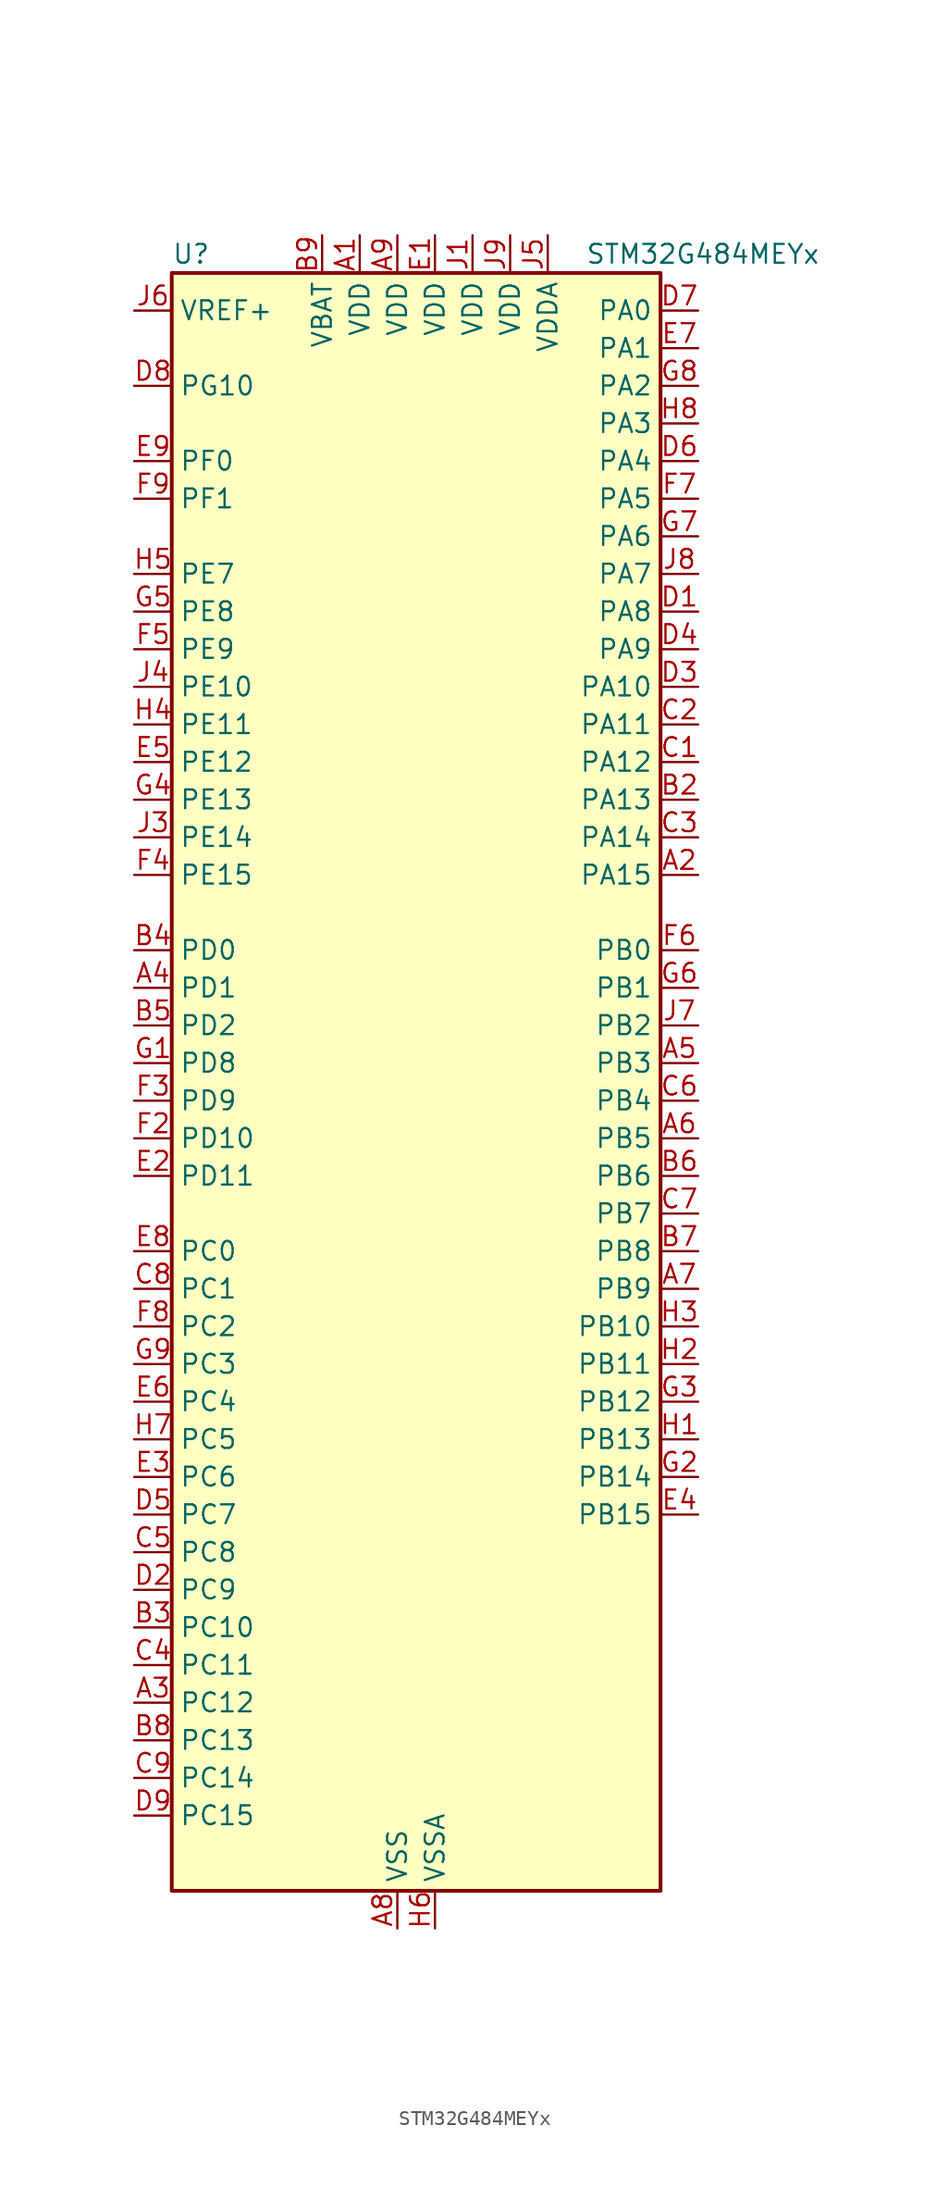
<source format=kicad_sym>
(kicad_symbol_lib
  (version 20231120)
  (generator "kicad_symbol_editor")
  (generator_version "8.0")
  (symbol "STM32G484MEYx"
    (property "Reference" "U"
      (at -15.24 57.15 0)
      (effects (font (size 1.27 1.27)) (justify left)))
    (property "Value" "STM32G484MEYx"
      (at 12.7 57.15 0)
      (effects (font (size 1.27 1.27)) (justify left)))
    (property "ki_locked" ""
      (at 0 0 0)
      (effects (font (size 1.27 1.27))))
    (symbol "STM32G484MEYx_0_1"
      (rectangle (start -15.24 -53.34) (end 17.78 55.88) (stroke (width 0.254) (type default)) (fill (type background))))
    (symbol "STM32G484MEYx_1_1"
      (pin power_in line (at -2.54 58.42 270) (length 2.54) (name "VDD" (effects (font (size 1.27 1.27)))) (number "A1" (effects (font (size 1.27 1.27)))))
      (pin bidirectional line (at 20.32 15.24 180) (length 2.54) (name "PA15" (effects (font (size 1.27 1.27)))) (number "A2" (effects (font (size 1.27 1.27)))) (alternate "ADC1_EXTI15" bidirectional line) (alternate "ADC2_EXTI15" bidirectional line) (alternate "FDCAN3_TX" bidirectional line) (alternate "HRTIM1_FLT2" bidirectional line) (alternate "I2C1_SCL" bidirectional line) (alternate "I2S3_WS" bidirectional line) (alternate "SPI1_NSS" bidirectional line) (alternate "SPI3_NSS" bidirectional line) (alternate "SYS_JTDI" bidirectional line) (alternate "TIM1_BKIN" bidirectional line) (alternate "TIM2_CH1" bidirectional line) (alternate "TIM2_ETR" bidirectional line) (alternate "TIM8_CH1" bidirectional line) (alternate "UART4_DE" bidirectional line) (alternate "UART4_RTS" bidirectional line) (alternate "USART2_RX" bidirectional line))
      (pin bidirectional line (at -17.78 -40.64 0) (length 2.54) (name "PC12" (effects (font (size 1.27 1.27)))) (number "A3" (effects (font (size 1.27 1.27)))) (alternate "HRTIM1_EEV1" bidirectional line) (alternate "I2S3_SD" bidirectional line) (alternate "SPI3_MOSI" bidirectional line) (alternate "TIM5_CH2" bidirectional line) (alternate "TIM8_CH3N" bidirectional line) (alternate "UART5_TX" bidirectional line) (alternate "UCPD1_FRSTX1" bidirectional line) (alternate "UCPD1_FRSTX2" bidirectional line) (alternate "USART3_CK" bidirectional line))
      (pin bidirectional line (at -17.78 7.62 0) (length 2.54) (name "PD1" (effects (font (size 1.27 1.27)))) (number "A4" (effects (font (size 1.27 1.27)))) (alternate "FDCAN1_TX" bidirectional line) (alternate "TIM8_BKIN2" bidirectional line) (alternate "TIM8_CH4" bidirectional line))
      (pin bidirectional line (at 20.32 2.54 180) (length 2.54) (name "PB3" (effects (font (size 1.27 1.27)))) (number "A5" (effects (font (size 1.27 1.27)))) (alternate "ADC3_EXTI3" bidirectional line) (alternate "ADC4_EXTI3" bidirectional line) (alternate "ADC5_EXTI3" bidirectional line) (alternate "CRS_SYNC" bidirectional line) (alternate "FDCAN3_RX" bidirectional line) (alternate "HRTIM1_EEV9" bidirectional line) (alternate "HRTIM1_SCOUT" bidirectional line) (alternate "I2S3_CK" bidirectional line) (alternate "SAI1_SCK_B" bidirectional line) (alternate "SPI1_SCK" bidirectional line) (alternate "SPI3_SCK" bidirectional line) (alternate "SYS_JTDO-SWO" bidirectional line) (alternate "TIM2_CH2" bidirectional line) (alternate "TIM3_ETR" bidirectional line) (alternate "TIM4_ETR" bidirectional line) (alternate "TIM8_CH1N" bidirectional line) (alternate "USART2_TX" bidirectional line))
      (pin bidirectional line (at 20.32 -2.54 180) (length 2.54) (name "PB5" (effects (font (size 1.27 1.27)))) (number "A6" (effects (font (size 1.27 1.27)))) (alternate "FDCAN2_RX" bidirectional line) (alternate "HRTIM1_EEV6" bidirectional line) (alternate "I2C1_SMBA" bidirectional line) (alternate "I2C3_SDA" bidirectional line) (alternate "I2S3_SD" bidirectional line) (alternate "LPTIM1_IN1" bidirectional line) (alternate "SAI1_SD_B" bidirectional line) (alternate "SPI1_MOSI" bidirectional line) (alternate "SPI3_MOSI" bidirectional line) (alternate "TIM16_BKIN" bidirectional line) (alternate "TIM17_CH1" bidirectional line) (alternate "TIM3_CH2" bidirectional line) (alternate "TIM8_CH3N" bidirectional line) (alternate "UART5_CTS" bidirectional line) (alternate "USART2_CK" bidirectional line))
      (pin bidirectional line (at 20.32 -12.7 180) (length 2.54) (name "PB9" (effects (font (size 1.27 1.27)))) (number "A7" (effects (font (size 1.27 1.27)))) (alternate "COMP2_OUT" bidirectional line) (alternate "DAC1_EXTI9" bidirectional line) (alternate "DAC2_EXTI9" bidirectional line) (alternate "DAC3_EXTI9" bidirectional line) (alternate "DAC4_EXTI9" bidirectional line) (alternate "FDCAN1_TX" bidirectional line) (alternate "HRTIM1_EEV5" bidirectional line) (alternate "I2C1_SDA" bidirectional line) (alternate "IR_OUT" bidirectional line) (alternate "SAI1_D2" bidirectional line) (alternate "SAI1_FS_A" bidirectional line) (alternate "TIM17_CH1" bidirectional line) (alternate "TIM1_CH3N" bidirectional line) (alternate "TIM4_CH4" bidirectional line) (alternate "TIM8_CH3" bidirectional line) (alternate "USART3_TX" bidirectional line))
      (pin power_in line (at 0 -55.88 90) (length 2.54) (name "VSS" (effects (font (size 1.27 1.27)))) (number "A8" (effects (font (size 1.27 1.27)))))
      (pin power_in line (at 0 58.42 270) (length 2.54) (name "VDD" (effects (font (size 1.27 1.27)))) (number "A9" (effects (font (size 1.27 1.27)))))
      (pin passive line (at 0 -55.88 90) (length 2.54) hide (name "VSS" (effects (font (size 1.27 1.27)))) (number "B1" (effects (font (size 1.27 1.27)))))
      (pin bidirectional line (at 20.32 20.32 180) (length 2.54) (name "PA13" (effects (font (size 1.27 1.27)))) (number "B2" (effects (font (size 1.27 1.27)))) (alternate "I2C1_SCL" bidirectional line) (alternate "I2C4_SCL" bidirectional line) (alternate "IR_OUT" bidirectional line) (alternate "SAI1_SD_B" bidirectional line) (alternate "SYS_JTMS-SWDIO" bidirectional line) (alternate "TIM16_CH1N" bidirectional line) (alternate "TIM4_CH3" bidirectional line) (alternate "USART3_CTS" bidirectional line) (alternate "USART3_NSS" bidirectional line))
      (pin bidirectional line (at -17.78 -35.56 0) (length 2.54) (name "PC10" (effects (font (size 1.27 1.27)))) (number "B3" (effects (font (size 1.27 1.27)))) (alternate "DAC1_EXTI10" bidirectional line) (alternate "DAC2_EXTI10" bidirectional line) (alternate "DAC3_EXTI10" bidirectional line) (alternate "DAC4_EXTI10" bidirectional line) (alternate "HRTIM1_FLT6" bidirectional line) (alternate "I2S3_CK" bidirectional line) (alternate "SPI3_SCK" bidirectional line) (alternate "TIM8_CH1N" bidirectional line) (alternate "UART4_TX" bidirectional line) (alternate "USART3_TX" bidirectional line))
      (pin bidirectional line (at -17.78 10.16 0) (length 2.54) (name "PD0" (effects (font (size 1.27 1.27)))) (number "B4" (effects (font (size 1.27 1.27)))) (alternate "FDCAN1_RX" bidirectional line) (alternate "TIM8_CH4N" bidirectional line))
      (pin bidirectional line (at -17.78 5.08 0) (length 2.54) (name "PD2" (effects (font (size 1.27 1.27)))) (number "B5" (effects (font (size 1.27 1.27)))) (alternate "ADC3_EXTI2" bidirectional line) (alternate "ADC4_EXTI2" bidirectional line) (alternate "ADC5_EXTI2" bidirectional line) (alternate "TIM3_ETR" bidirectional line) (alternate "TIM8_BKIN" bidirectional line) (alternate "UART5_RX" bidirectional line))
      (pin bidirectional line (at 20.32 -5.08 180) (length 2.54) (name "PB6" (effects (font (size 1.27 1.27)))) (number "B6" (effects (font (size 1.27 1.27)))) (alternate "COMP4_OUT" bidirectional line) (alternate "FDCAN2_TX" bidirectional line) (alternate "HRTIM1_EEV4" bidirectional line) (alternate "HRTIM1_SCIN" bidirectional line) (alternate "LPTIM1_ETR" bidirectional line) (alternate "SAI1_FS_B" bidirectional line) (alternate "TIM16_CH1N" bidirectional line) (alternate "TIM4_CH1" bidirectional line) (alternate "TIM8_BKIN2" bidirectional line) (alternate "TIM8_CH1" bidirectional line) (alternate "TIM8_ETR" bidirectional line) (alternate "UCPD1_CC1" bidirectional line) (alternate "USART1_TX" bidirectional line))
      (pin bidirectional line (at 20.32 -10.16 180) (length 2.54) (name "PB8" (effects (font (size 1.27 1.27)))) (number "B7" (effects (font (size 1.27 1.27)))) (alternate "COMP1_OUT" bidirectional line) (alternate "FDCAN1_RX" bidirectional line) (alternate "HRTIM1_EEV8" bidirectional line) (alternate "I2C1_SCL" bidirectional line) (alternate "SAI1_CK1" bidirectional line) (alternate "SAI1_MCLK_A" bidirectional line) (alternate "TIM16_CH1" bidirectional line) (alternate "TIM1_BKIN" bidirectional line) (alternate "TIM4_CH3" bidirectional line) (alternate "TIM8_CH2" bidirectional line) (alternate "USART3_RX" bidirectional line))
      (pin bidirectional line (at -17.78 -43.18 0) (length 2.54) (name "PC13" (effects (font (size 1.27 1.27)))) (number "B8" (effects (font (size 1.27 1.27)))) (alternate "RTC_OUT1" bidirectional line) (alternate "RTC_TAMP1" bidirectional line) (alternate "RTC_TS" bidirectional line) (alternate "SYS_WKUP2" bidirectional line) (alternate "TIM1_BKIN" bidirectional line) (alternate "TIM1_CH1N" bidirectional line) (alternate "TIM8_CH4N" bidirectional line))
      (pin power_in line (at -5.08 58.42 270) (length 2.54) (name "VBAT" (effects (font (size 1.27 1.27)))) (number "B9" (effects (font (size 1.27 1.27)))))
      (pin bidirectional line (at 20.32 22.86 180) (length 2.54) (name "PA12" (effects (font (size 1.27 1.27)))) (number "C1" (effects (font (size 1.27 1.27)))) (alternate "COMP2_OUT" bidirectional line) (alternate "FDCAN1_TX" bidirectional line) (alternate "HRTIM1_FLT1" bidirectional line) (alternate "I2S_CKIN" bidirectional line) (alternate "TIM16_CH1" bidirectional line) (alternate "TIM1_CH2N" bidirectional line) (alternate "TIM1_ETR" bidirectional line) (alternate "TIM4_CH2" bidirectional line) (alternate "USART1_DE" bidirectional line) (alternate "USART1_RTS" bidirectional line) (alternate "USB_DP" bidirectional line))
      (pin bidirectional line (at 20.32 25.4 180) (length 2.54) (name "PA11" (effects (font (size 1.27 1.27)))) (number "C2" (effects (font (size 1.27 1.27)))) (alternate "ADC1_EXTI11" bidirectional line) (alternate "ADC2_EXTI11" bidirectional line) (alternate "COMP1_OUT" bidirectional line) (alternate "FDCAN1_RX" bidirectional line) (alternate "HRTIM1_CHB2" bidirectional line) (alternate "I2S2_SD" bidirectional line) (alternate "SPI2_MOSI" bidirectional line) (alternate "TIM1_BKIN2" bidirectional line) (alternate "TIM1_CH1N" bidirectional line) (alternate "TIM1_CH4" bidirectional line) (alternate "TIM4_CH1" bidirectional line) (alternate "USART1_CTS" bidirectional line) (alternate "USART1_NSS" bidirectional line) (alternate "USB_DM" bidirectional line))
      (pin bidirectional line (at 20.32 17.78 180) (length 2.54) (name "PA14" (effects (font (size 1.27 1.27)))) (number "C3" (effects (font (size 1.27 1.27)))) (alternate "I2C1_SDA" bidirectional line) (alternate "I2C4_SMBA" bidirectional line) (alternate "LPTIM1_OUT" bidirectional line) (alternate "SAI1_FS_B" bidirectional line) (alternate "SYS_JTCK-SWCLK" bidirectional line) (alternate "TIM1_BKIN" bidirectional line) (alternate "TIM8_CH2" bidirectional line) (alternate "USART2_TX" bidirectional line))
      (pin bidirectional line (at -17.78 -38.1 0) (length 2.54) (name "PC11" (effects (font (size 1.27 1.27)))) (number "C4" (effects (font (size 1.27 1.27)))) (alternate "ADC1_EXTI11" bidirectional line) (alternate "ADC2_EXTI11" bidirectional line) (alternate "HRTIM1_EEV2" bidirectional line) (alternate "I2C3_SDA" bidirectional line) (alternate "SPI3_MISO" bidirectional line) (alternate "TIM8_CH2N" bidirectional line) (alternate "UART4_RX" bidirectional line) (alternate "USART3_RX" bidirectional line))
      (pin bidirectional line (at -17.78 -30.48 0) (length 2.54) (name "PC8" (effects (font (size 1.27 1.27)))) (number "C5" (effects (font (size 1.27 1.27)))) (alternate "COMP7_OUT" bidirectional line) (alternate "HRTIM1_CHE1" bidirectional line) (alternate "I2C3_SCL" bidirectional line) (alternate "TIM20_CH3" bidirectional line) (alternate "TIM3_CH3" bidirectional line) (alternate "TIM8_CH3" bidirectional line))
      (pin bidirectional line (at 20.32 0 180) (length 2.54) (name "PB4" (effects (font (size 1.27 1.27)))) (number "C6" (effects (font (size 1.27 1.27)))) (alternate "FDCAN3_TX" bidirectional line) (alternate "HRTIM1_EEV7" bidirectional line) (alternate "SAI1_MCLK_B" bidirectional line) (alternate "SPI1_MISO" bidirectional line) (alternate "SPI3_MISO" bidirectional line) (alternate "SYS_JTRST" bidirectional line) (alternate "TIM16_CH1" bidirectional line) (alternate "TIM17_BKIN" bidirectional line) (alternate "TIM3_CH1" bidirectional line) (alternate "TIM8_CH2N" bidirectional line) (alternate "UART5_DE" bidirectional line) (alternate "UART5_RTS" bidirectional line) (alternate "UCPD1_CC2" bidirectional line) (alternate "USART2_RX" bidirectional line))
      (pin bidirectional line (at 20.32 -7.62 180) (length 2.54) (name "PB7" (effects (font (size 1.27 1.27)))) (number "C7" (effects (font (size 1.27 1.27)))) (alternate "COMP3_OUT" bidirectional line) (alternate "HRTIM1_EEV3" bidirectional line) (alternate "I2C1_SDA" bidirectional line) (alternate "I2C4_SDA" bidirectional line) (alternate "LPTIM1_IN2" bidirectional line) (alternate "SYS_PVD_IN" bidirectional line) (alternate "TIM17_CH1N" bidirectional line) (alternate "TIM3_CH4" bidirectional line) (alternate "TIM4_CH2" bidirectional line) (alternate "TIM8_BKIN" bidirectional line) (alternate "UART4_CTS" bidirectional line) (alternate "USART1_RX" bidirectional line))
      (pin bidirectional line (at -17.78 -12.7 0) (length 2.54) (name "PC1" (effects (font (size 1.27 1.27)))) (number "C8" (effects (font (size 1.27 1.27)))) (alternate "ADC1_IN7" bidirectional line) (alternate "ADC2_IN7" bidirectional line) (alternate "COMP3_INP" bidirectional line) (alternate "LPTIM1_OUT" bidirectional line) (alternate "LPUART1_TX" bidirectional line) (alternate "QUADSPI1_BK2_IO0" bidirectional line) (alternate "SAI1_SD_A" bidirectional line) (alternate "TIM1_CH2" bidirectional line))
      (pin bidirectional line (at -17.78 -45.72 0) (length 2.54) (name "PC14" (effects (font (size 1.27 1.27)))) (number "C9" (effects (font (size 1.27 1.27)))) (alternate "RCC_OSC32_IN" bidirectional line))
      (pin bidirectional line (at 20.32 33.02 180) (length 2.54) (name "PA8" (effects (font (size 1.27 1.27)))) (number "D1" (effects (font (size 1.27 1.27)))) (alternate "ADC5_IN1" bidirectional line) (alternate "COMP7_OUT" bidirectional line) (alternate "FDCAN3_RX" bidirectional line) (alternate "HRTIM1_CHA1" bidirectional line) (alternate "I2C2_SDA" bidirectional line) (alternate "I2C3_SCL" bidirectional line) (alternate "I2S2_MCK" bidirectional line) (alternate "OPAMP5_VOUT" bidirectional line) (alternate "RCC_MCO" bidirectional line) (alternate "SAI1_CK2" bidirectional line) (alternate "SAI1_SCK_A" bidirectional line) (alternate "TIM1_CH1" bidirectional line) (alternate "TIM4_ETR" bidirectional line) (alternate "USART1_CK" bidirectional line))
      (pin bidirectional line (at -17.78 -33.02 0) (length 2.54) (name "PC9" (effects (font (size 1.27 1.27)))) (number "D2" (effects (font (size 1.27 1.27)))) (alternate "DAC1_EXTI9" bidirectional line) (alternate "DAC2_EXTI9" bidirectional line) (alternate "DAC3_EXTI9" bidirectional line) (alternate "DAC4_EXTI9" bidirectional line) (alternate "HRTIM1_CHE2" bidirectional line) (alternate "I2C3_SDA" bidirectional line) (alternate "I2S_CKIN" bidirectional line) (alternate "TIM3_CH4" bidirectional line) (alternate "TIM8_BKIN2" bidirectional line) (alternate "TIM8_CH4" bidirectional line))
      (pin bidirectional line (at 20.32 27.94 180) (length 2.54) (name "PA10" (effects (font (size 1.27 1.27)))) (number "D3" (effects (font (size 1.27 1.27)))) (alternate "COMP6_OUT" bidirectional line) (alternate "CRS_SYNC" bidirectional line) (alternate "DAC1_EXTI10" bidirectional line) (alternate "DAC2_EXTI10" bidirectional line) (alternate "DAC3_EXTI10" bidirectional line) (alternate "DAC4_EXTI10" bidirectional line) (alternate "HRTIM1_CHB1" bidirectional line) (alternate "I2C2_SMBA" bidirectional line) (alternate "SAI1_D1" bidirectional line) (alternate "SAI1_SD_A" bidirectional line) (alternate "SPI2_MISO" bidirectional line) (alternate "TIM17_BKIN" bidirectional line) (alternate "TIM1_CH3" bidirectional line) (alternate "TIM2_CH4" bidirectional line) (alternate "TIM8_BKIN" bidirectional line) (alternate "UCPD1_DBCC2" bidirectional line) (alternate "USART1_RX" bidirectional line))
      (pin bidirectional line (at 20.32 30.48 180) (length 2.54) (name "PA9" (effects (font (size 1.27 1.27)))) (number "D4" (effects (font (size 1.27 1.27)))) (alternate "ADC5_IN2" bidirectional line) (alternate "COMP5_OUT" bidirectional line) (alternate "DAC1_EXTI9" bidirectional line) (alternate "DAC2_EXTI9" bidirectional line) (alternate "DAC3_EXTI9" bidirectional line) (alternate "DAC4_EXTI9" bidirectional line) (alternate "HRTIM1_CHA2" bidirectional line) (alternate "I2C2_SCL" bidirectional line) (alternate "I2C3_SMBA" bidirectional line) (alternate "I2S3_MCK" bidirectional line) (alternate "SAI1_FS_A" bidirectional line) (alternate "TIM15_BKIN" bidirectional line) (alternate "TIM1_CH2" bidirectional line) (alternate "TIM2_CH3" bidirectional line) (alternate "UCPD1_DBCC1" bidirectional line) (alternate "USART1_TX" bidirectional line))
      (pin bidirectional line (at -17.78 -27.94 0) (length 2.54) (name "PC7" (effects (font (size 1.27 1.27)))) (number "D5" (effects (font (size 1.27 1.27)))) (alternate "COMP5_OUT" bidirectional line) (alternate "HRTIM1_CHF2" bidirectional line) (alternate "HRTIM1_FLT5" bidirectional line) (alternate "I2C4_SDA" bidirectional line) (alternate "I2S3_MCK" bidirectional line) (alternate "TIM3_CH2" bidirectional line) (alternate "TIM8_CH2" bidirectional line))
      (pin bidirectional line (at 20.32 43.18 180) (length 2.54) (name "PA4" (effects (font (size 1.27 1.27)))) (number "D6" (effects (font (size 1.27 1.27)))) (alternate "ADC2_IN17" bidirectional line) (alternate "COMP1_INM" bidirectional line) (alternate "DAC1_OUT1" bidirectional line) (alternate "I2S3_WS" bidirectional line) (alternate "SAI1_FS_B" bidirectional line) (alternate "SPI1_NSS" bidirectional line) (alternate "SPI3_NSS" bidirectional line) (alternate "TIM3_CH2" bidirectional line) (alternate "USART2_CK" bidirectional line))
      (pin bidirectional line (at 20.32 53.34 180) (length 2.54) (name "PA0" (effects (font (size 1.27 1.27)))) (number "D7" (effects (font (size 1.27 1.27)))) (alternate "ADC1_IN1" bidirectional line) (alternate "ADC2_IN1" bidirectional line) (alternate "COMP1_INM" bidirectional line) (alternate "COMP1_OUT" bidirectional line) (alternate "COMP3_INP" bidirectional line) (alternate "RTC_TAMP2" bidirectional line) (alternate "SYS_WKUP1" bidirectional line) (alternate "TIM2_CH1" bidirectional line) (alternate "TIM2_ETR" bidirectional line) (alternate "TIM5_CH1" bidirectional line) (alternate "TIM8_BKIN" bidirectional line) (alternate "TIM8_ETR" bidirectional line) (alternate "USART2_CTS" bidirectional line) (alternate "USART2_NSS" bidirectional line))
      (pin bidirectional line (at -17.78 48.26 0) (length 2.54) (name "PG10" (effects (font (size 1.27 1.27)))) (number "D8" (effects (font (size 1.27 1.27)))) (alternate "DAC1_EXTI10" bidirectional line) (alternate "DAC2_EXTI10" bidirectional line) (alternate "DAC3_EXTI10" bidirectional line) (alternate "DAC4_EXTI10" bidirectional line) (alternate "RCC_MCO" bidirectional line))
      (pin bidirectional line (at -17.78 -48.26 0) (length 2.54) (name "PC15" (effects (font (size 1.27 1.27)))) (number "D9" (effects (font (size 1.27 1.27)))) (alternate "ADC1_EXTI15" bidirectional line) (alternate "ADC2_EXTI15" bidirectional line) (alternate "RCC_OSC32_OUT" bidirectional line))
      (pin power_in line (at 2.54 58.42 270) (length 2.54) (name "VDD" (effects (font (size 1.27 1.27)))) (number "E1" (effects (font (size 1.27 1.27)))))
      (pin bidirectional line (at -17.78 -5.08 0) (length 2.54) (name "PD11" (effects (font (size 1.27 1.27)))) (number "E2" (effects (font (size 1.27 1.27)))) (alternate "ADC1_EXTI11" bidirectional line) (alternate "ADC2_EXTI11" bidirectional line) (alternate "ADC3_IN8" bidirectional line) (alternate "ADC4_IN8" bidirectional line) (alternate "ADC5_IN8" bidirectional line) (alternate "COMP6_INP" bidirectional line) (alternate "I2C4_SMBA" bidirectional line) (alternate "OPAMP4_VINP" bidirectional line) (alternate "OPAMP4_VINP_SEC" bidirectional line) (alternate "TIM5_ETR" bidirectional line) (alternate "USART3_CTS" bidirectional line) (alternate "USART3_NSS" bidirectional line))
      (pin bidirectional line (at -17.78 -25.4 0) (length 2.54) (name "PC6" (effects (font (size 1.27 1.27)))) (number "E3" (effects (font (size 1.27 1.27)))) (alternate "COMP6_OUT" bidirectional line) (alternate "HRTIM1_CHF1" bidirectional line) (alternate "HRTIM1_EEV10" bidirectional line) (alternate "I2C4_SCL" bidirectional line) (alternate "I2S2_MCK" bidirectional line) (alternate "TIM3_CH1" bidirectional line) (alternate "TIM8_CH1" bidirectional line))
      (pin bidirectional line (at 20.32 -27.94 180) (length 2.54) (name "PB15" (effects (font (size 1.27 1.27)))) (number "E4" (effects (font (size 1.27 1.27)))) (alternate "ADC1_EXTI15" bidirectional line) (alternate "ADC2_EXTI15" bidirectional line) (alternate "ADC2_IN15" bidirectional line) (alternate "ADC4_IN5" bidirectional line) (alternate "COMP3_OUT" bidirectional line) (alternate "COMP6_INM" bidirectional line) (alternate "HRTIM1_CHD2" bidirectional line) (alternate "I2S2_SD" bidirectional line) (alternate "OPAMP5_VINM" bidirectional line) (alternate "OPAMP5_VINM0" bidirectional line) (alternate "OPAMP5_VINM_SEC" bidirectional line) (alternate "RTC_REFIN" bidirectional line) (alternate "SPI2_MOSI" bidirectional line) (alternate "TIM15_CH1N" bidirectional line) (alternate "TIM15_CH2" bidirectional line) (alternate "TIM1_CH3N" bidirectional line))
      (pin bidirectional line (at -17.78 22.86 0) (length 2.54) (name "PE12" (effects (font (size 1.27 1.27)))) (number "E5" (effects (font (size 1.27 1.27)))) (alternate "ADC3_IN16" bidirectional line) (alternate "ADC4_IN16" bidirectional line) (alternate "ADC5_IN16" bidirectional line) (alternate "QUADSPI1_BK1_IO0" bidirectional line) (alternate "SPI4_SCK" bidirectional line) (alternate "TIM1_CH3N" bidirectional line))
      (pin bidirectional line (at -17.78 -20.32 0) (length 2.54) (name "PC4" (effects (font (size 1.27 1.27)))) (number "E6" (effects (font (size 1.27 1.27)))) (alternate "ADC2_IN5" bidirectional line) (alternate "I2C2_SCL" bidirectional line) (alternate "QUADSPI1_BK2_IO3" bidirectional line) (alternate "TIM1_ETR" bidirectional line) (alternate "USART1_TX" bidirectional line))
      (pin bidirectional line (at 20.32 50.8 180) (length 2.54) (name "PA1" (effects (font (size 1.27 1.27)))) (number "E7" (effects (font (size 1.27 1.27)))) (alternate "ADC1_IN2" bidirectional line) (alternate "ADC2_IN2" bidirectional line) (alternate "COMP1_INP" bidirectional line) (alternate "OPAMP1_VINP" bidirectional line) (alternate "OPAMP1_VINP_SEC" bidirectional line) (alternate "OPAMP3_VINP" bidirectional line) (alternate "OPAMP3_VINP_SEC" bidirectional line) (alternate "OPAMP6_VINM" bidirectional line) (alternate "OPAMP6_VINM0" bidirectional line) (alternate "OPAMP6_VINM_SEC" bidirectional line) (alternate "RTC_REFIN" bidirectional line) (alternate "TIM15_CH1N" bidirectional line) (alternate "TIM2_CH2" bidirectional line) (alternate "TIM5_CH2" bidirectional line) (alternate "USART2_DE" bidirectional line) (alternate "USART2_RTS" bidirectional line))
      (pin bidirectional line (at -17.78 -10.16 0) (length 2.54) (name "PC0" (effects (font (size 1.27 1.27)))) (number "E8" (effects (font (size 1.27 1.27)))) (alternate "ADC1_IN6" bidirectional line) (alternate "ADC2_IN6" bidirectional line) (alternate "COMP3_INM" bidirectional line) (alternate "LPTIM1_IN1" bidirectional line) (alternate "LPUART1_RX" bidirectional line) (alternate "TIM1_CH1" bidirectional line))
      (pin bidirectional line (at -17.78 43.18 0) (length 2.54) (name "PF0" (effects (font (size 1.27 1.27)))) (number "E9" (effects (font (size 1.27 1.27)))) (alternate "ADC1_IN10" bidirectional line) (alternate "I2C2_SDA" bidirectional line) (alternate "I2S2_WS" bidirectional line) (alternate "RCC_OSC_IN" bidirectional line) (alternate "SPI2_NSS" bidirectional line) (alternate "TIM1_CH3N" bidirectional line))
      (pin passive line (at 0 -55.88 90) (length 2.54) hide (name "VSS" (effects (font (size 1.27 1.27)))) (number "F1" (effects (font (size 1.27 1.27)))))
      (pin bidirectional line (at -17.78 -2.54 0) (length 2.54) (name "PD10" (effects (font (size 1.27 1.27)))) (number "F2" (effects (font (size 1.27 1.27)))) (alternate "ADC3_IN7" bidirectional line) (alternate "ADC4_IN7" bidirectional line) (alternate "ADC5_IN7" bidirectional line) (alternate "COMP6_INM" bidirectional line) (alternate "DAC1_EXTI10" bidirectional line) (alternate "DAC2_EXTI10" bidirectional line) (alternate "DAC3_EXTI10" bidirectional line) (alternate "DAC4_EXTI10" bidirectional line) (alternate "USART3_CK" bidirectional line))
      (pin bidirectional line (at -17.78 0 0) (length 2.54) (name "PD9" (effects (font (size 1.27 1.27)))) (number "F3" (effects (font (size 1.27 1.27)))) (alternate "ADC4_IN13" bidirectional line) (alternate "ADC5_IN13" bidirectional line) (alternate "DAC1_EXTI9" bidirectional line) (alternate "DAC2_EXTI9" bidirectional line) (alternate "DAC3_EXTI9" bidirectional line) (alternate "DAC4_EXTI9" bidirectional line) (alternate "OPAMP6_VINP" bidirectional line) (alternate "OPAMP6_VINP_SEC" bidirectional line) (alternate "USART3_RX" bidirectional line))
      (pin bidirectional line (at -17.78 15.24 0) (length 2.54) (name "PE15" (effects (font (size 1.27 1.27)))) (number "F4" (effects (font (size 1.27 1.27)))) (alternate "ADC1_EXTI15" bidirectional line) (alternate "ADC2_EXTI15" bidirectional line) (alternate "ADC4_IN2" bidirectional line) (alternate "QUADSPI1_BK1_IO3" bidirectional line) (alternate "TIM1_BKIN" bidirectional line) (alternate "TIM1_CH4N" bidirectional line) (alternate "USART3_RX" bidirectional line))
      (pin bidirectional line (at -17.78 30.48 0) (length 2.54) (name "PE9" (effects (font (size 1.27 1.27)))) (number "F5" (effects (font (size 1.27 1.27)))) (alternate "ADC3_IN2" bidirectional line) (alternate "DAC1_EXTI9" bidirectional line) (alternate "DAC2_EXTI9" bidirectional line) (alternate "DAC3_EXTI9" bidirectional line) (alternate "DAC4_EXTI9" bidirectional line) (alternate "SAI1_FS_B" bidirectional line) (alternate "TIM1_CH1" bidirectional line) (alternate "TIM5_CH4" bidirectional line))
      (pin bidirectional line (at 20.32 10.16 180) (length 2.54) (name "PB0" (effects (font (size 1.27 1.27)))) (number "F6" (effects (font (size 1.27 1.27)))) (alternate "ADC1_IN15" bidirectional line) (alternate "ADC3_IN12" bidirectional line) (alternate "COMP4_INP" bidirectional line) (alternate "HRTIM1_FLT5" bidirectional line) (alternate "OPAMP2_VINP" bidirectional line) (alternate "OPAMP2_VINP_SEC" bidirectional line) (alternate "OPAMP3_VINP" bidirectional line) (alternate "OPAMP3_VINP_SEC" bidirectional line) (alternate "QUADSPI1_BK1_IO1" bidirectional line) (alternate "TIM1_CH2N" bidirectional line) (alternate "TIM3_CH3" bidirectional line) (alternate "TIM8_CH2N" bidirectional line) (alternate "UCPD1_FRSTX1" bidirectional line) (alternate "UCPD1_FRSTX2" bidirectional line))
      (pin bidirectional line (at 20.32 40.64 180) (length 2.54) (name "PA5" (effects (font (size 1.27 1.27)))) (number "F7" (effects (font (size 1.27 1.27)))) (alternate "ADC2_IN13" bidirectional line) (alternate "COMP2_INM" bidirectional line) (alternate "DAC1_OUT2" bidirectional line) (alternate "OPAMP2_VINM" bidirectional line) (alternate "OPAMP2_VINM0" bidirectional line) (alternate "OPAMP2_VINM_SEC" bidirectional line) (alternate "SPI1_SCK" bidirectional line) (alternate "TIM2_CH1" bidirectional line) (alternate "TIM2_ETR" bidirectional line) (alternate "UCPD1_FRSTX1" bidirectional line) (alternate "UCPD1_FRSTX2" bidirectional line))
      (pin bidirectional line (at -17.78 -15.24 0) (length 2.54) (name "PC2" (effects (font (size 1.27 1.27)))) (number "F8" (effects (font (size 1.27 1.27)))) (alternate "ADC1_IN8" bidirectional line) (alternate "ADC2_IN8" bidirectional line) (alternate "ADC3_EXTI2" bidirectional line) (alternate "ADC4_EXTI2" bidirectional line) (alternate "ADC5_EXTI2" bidirectional line) (alternate "COMP3_OUT" bidirectional line) (alternate "LPTIM1_IN2" bidirectional line) (alternate "QUADSPI1_BK2_IO1" bidirectional line) (alternate "TIM1_CH3" bidirectional line) (alternate "TIM20_CH2" bidirectional line))
      (pin bidirectional line (at -17.78 40.64 0) (length 2.54) (name "PF1" (effects (font (size 1.27 1.27)))) (number "F9" (effects (font (size 1.27 1.27)))) (alternate "ADC2_IN10" bidirectional line) (alternate "COMP3_INM" bidirectional line) (alternate "I2S2_CK" bidirectional line) (alternate "RCC_OSC_OUT" bidirectional line) (alternate "SPI2_SCK" bidirectional line))
      (pin bidirectional line (at -17.78 2.54 0) (length 2.54) (name "PD8" (effects (font (size 1.27 1.27)))) (number "G1" (effects (font (size 1.27 1.27)))) (alternate "ADC4_IN12" bidirectional line) (alternate "ADC5_IN12" bidirectional line) (alternate "OPAMP4_VINM" bidirectional line) (alternate "OPAMP4_VINM1" bidirectional line) (alternate "OPAMP4_VINM_SEC" bidirectional line) (alternate "USART3_TX" bidirectional line))
      (pin bidirectional line (at 20.32 -25.4 180) (length 2.54) (name "PB14" (effects (font (size 1.27 1.27)))) (number "G2" (effects (font (size 1.27 1.27)))) (alternate "ADC1_IN5" bidirectional line) (alternate "ADC4_IN4" bidirectional line) (alternate "COMP4_OUT" bidirectional line) (alternate "COMP7_INP" bidirectional line) (alternate "HRTIM1_CHD1" bidirectional line) (alternate "OPAMP2_VINP" bidirectional line) (alternate "OPAMP2_VINP_SEC" bidirectional line) (alternate "OPAMP5_VINP" bidirectional line) (alternate "OPAMP5_VINP_SEC" bidirectional line) (alternate "SPI2_MISO" bidirectional line) (alternate "TIM15_CH1" bidirectional line) (alternate "TIM1_CH2N" bidirectional line) (alternate "USART3_DE" bidirectional line) (alternate "USART3_RTS" bidirectional line))
      (pin bidirectional line (at 20.32 -20.32 180) (length 2.54) (name "PB12" (effects (font (size 1.27 1.27)))) (number "G3" (effects (font (size 1.27 1.27)))) (alternate "ADC1_IN11" bidirectional line) (alternate "ADC4_IN3" bidirectional line) (alternate "COMP7_INM" bidirectional line) (alternate "FDCAN2_RX" bidirectional line) (alternate "HRTIM1_CHC1" bidirectional line) (alternate "I2C2_SMBA" bidirectional line) (alternate "I2S2_WS" bidirectional line) (alternate "LPUART1_DE" bidirectional line) (alternate "LPUART1_RTS" bidirectional line) (alternate "OPAMP4_VOUT" bidirectional line) (alternate "OPAMP6_VINP" bidirectional line) (alternate "OPAMP6_VINP_SEC" bidirectional line) (alternate "SPI2_NSS" bidirectional line) (alternate "TIM1_BKIN" bidirectional line) (alternate "TIM5_ETR" bidirectional line) (alternate "USART3_CK" bidirectional line))
      (pin bidirectional line (at -17.78 20.32 0) (length 2.54) (name "PE13" (effects (font (size 1.27 1.27)))) (number "G4" (effects (font (size 1.27 1.27)))) (alternate "ADC3_IN3" bidirectional line) (alternate "QUADSPI1_BK1_IO1" bidirectional line) (alternate "SPI4_MISO" bidirectional line) (alternate "TIM1_CH3" bidirectional line))
      (pin bidirectional line (at -17.78 33.02 0) (length 2.54) (name "PE8" (effects (font (size 1.27 1.27)))) (number "G5" (effects (font (size 1.27 1.27)))) (alternate "ADC3_IN6" bidirectional line) (alternate "ADC4_IN6" bidirectional line) (alternate "ADC5_IN6" bidirectional line) (alternate "COMP4_INM" bidirectional line) (alternate "SAI1_SCK_B" bidirectional line) (alternate "TIM1_CH1N" bidirectional line) (alternate "TIM5_CH3" bidirectional line))
      (pin bidirectional line (at 20.32 7.62 180) (length 2.54) (name "PB1" (effects (font (size 1.27 1.27)))) (number "G6" (effects (font (size 1.27 1.27)))) (alternate "ADC1_IN12" bidirectional line) (alternate "ADC3_IN1" bidirectional line) (alternate "COMP1_INP" bidirectional line) (alternate "COMP4_OUT" bidirectional line) (alternate "HRTIM1_SCOUT" bidirectional line) (alternate "LPUART1_DE" bidirectional line) (alternate "LPUART1_RTS" bidirectional line) (alternate "OPAMP3_VOUT" bidirectional line) (alternate "OPAMP6_VINM" bidirectional line) (alternate "OPAMP6_VINM1" bidirectional line) (alternate "OPAMP6_VINM_SEC" bidirectional line) (alternate "QUADSPI1_BK1_IO0" bidirectional line) (alternate "TIM1_CH3N" bidirectional line) (alternate "TIM3_CH4" bidirectional line) (alternate "TIM8_CH3N" bidirectional line))
      (pin bidirectional line (at 20.32 38.1 180) (length 2.54) (name "PA6" (effects (font (size 1.27 1.27)))) (number "G7" (effects (font (size 1.27 1.27)))) (alternate "ADC2_IN3" bidirectional line) (alternate "COMP1_OUT" bidirectional line) (alternate "DAC2_OUT1" bidirectional line) (alternate "LPUART1_CTS" bidirectional line) (alternate "OPAMP2_VOUT" bidirectional line) (alternate "QUADSPI1_BK1_IO3" bidirectional line) (alternate "SPI1_MISO" bidirectional line) (alternate "TIM16_CH1" bidirectional line) (alternate "TIM1_BKIN" bidirectional line) (alternate "TIM3_CH1" bidirectional line) (alternate "TIM8_BKIN" bidirectional line))
      (pin bidirectional line (at 20.32 48.26 180) (length 2.54) (name "PA2" (effects (font (size 1.27 1.27)))) (number "G8" (effects (font (size 1.27 1.27)))) (alternate "ADC1_IN3" bidirectional line) (alternate "ADC3_EXTI2" bidirectional line) (alternate "ADC4_EXTI2" bidirectional line) (alternate "ADC5_EXTI2" bidirectional line) (alternate "COMP2_INM" bidirectional line) (alternate "COMP2_OUT" bidirectional line) (alternate "LPUART1_TX" bidirectional line) (alternate "OPAMP1_VOUT" bidirectional line) (alternate "QUADSPI1_BK1_NCS" bidirectional line) (alternate "RCC_LSCO" bidirectional line) (alternate "SYS_WKUP4" bidirectional line) (alternate "TIM15_CH1" bidirectional line) (alternate "TIM2_CH3" bidirectional line) (alternate "TIM5_CH3" bidirectional line) (alternate "UCPD1_FRSTX1" bidirectional line) (alternate "UCPD1_FRSTX2" bidirectional line) (alternate "USART2_TX" bidirectional line))
      (pin bidirectional line (at -17.78 -17.78 0) (length 2.54) (name "PC3" (effects (font (size 1.27 1.27)))) (number "G9" (effects (font (size 1.27 1.27)))) (alternate "ADC1_IN9" bidirectional line) (alternate "ADC2_IN9" bidirectional line) (alternate "ADC3_EXTI3" bidirectional line) (alternate "ADC4_EXTI3" bidirectional line) (alternate "ADC5_EXTI3" bidirectional line) (alternate "LPTIM1_ETR" bidirectional line) (alternate "OPAMP5_VINP" bidirectional line) (alternate "OPAMP5_VINP_SEC" bidirectional line) (alternate "QUADSPI1_BK2_IO2" bidirectional line) (alternate "SAI1_D1" bidirectional line) (alternate "SAI1_SD_A" bidirectional line) (alternate "TIM1_BKIN2" bidirectional line) (alternate "TIM1_CH4" bidirectional line))
      (pin bidirectional line (at 20.32 -22.86 180) (length 2.54) (name "PB13" (effects (font (size 1.27 1.27)))) (number "H1" (effects (font (size 1.27 1.27)))) (alternate "ADC3_IN5" bidirectional line) (alternate "COMP5_INP" bidirectional line) (alternate "FDCAN2_TX" bidirectional line) (alternate "HRTIM1_CHC2" bidirectional line) (alternate "I2S2_CK" bidirectional line) (alternate "LPUART1_CTS" bidirectional line) (alternate "OPAMP3_VINP" bidirectional line) (alternate "OPAMP3_VINP_SEC" bidirectional line) (alternate "OPAMP4_VINP" bidirectional line) (alternate "OPAMP4_VINP_SEC" bidirectional line) (alternate "OPAMP6_VINP" bidirectional line) (alternate "OPAMP6_VINP_SEC" bidirectional line) (alternate "SPI2_SCK" bidirectional line) (alternate "TIM1_CH1N" bidirectional line) (alternate "USART3_CTS" bidirectional line) (alternate "USART3_NSS" bidirectional line))
      (pin bidirectional line (at 20.32 -17.78 180) (length 2.54) (name "PB11" (effects (font (size 1.27 1.27)))) (number "H2" (effects (font (size 1.27 1.27)))) (alternate "ADC1_EXTI11" bidirectional line) (alternate "ADC1_IN14" bidirectional line) (alternate "ADC2_EXTI11" bidirectional line) (alternate "ADC2_IN14" bidirectional line) (alternate "COMP6_INP" bidirectional line) (alternate "HRTIM1_FLT4" bidirectional line) (alternate "LPUART1_TX" bidirectional line) (alternate "OPAMP4_VINP" bidirectional line) (alternate "OPAMP4_VINP_SEC" bidirectional line) (alternate "OPAMP6_VOUT" bidirectional line) (alternate "QUADSPI1_BK1_NCS" bidirectional line) (alternate "TIM2_CH4" bidirectional line) (alternate "USART3_RX" bidirectional line))
      (pin bidirectional line (at 20.32 -15.24 180) (length 2.54) (name "PB10" (effects (font (size 1.27 1.27)))) (number "H3" (effects (font (size 1.27 1.27)))) (alternate "COMP5_INM" bidirectional line) (alternate "DAC1_EXTI10" bidirectional line) (alternate "DAC2_EXTI10" bidirectional line) (alternate "DAC3_EXTI10" bidirectional line) (alternate "DAC4_EXTI10" bidirectional line) (alternate "HRTIM1_FLT3" bidirectional line) (alternate "LPUART1_RX" bidirectional line) (alternate "OPAMP3_VINM" bidirectional line) (alternate "OPAMP3_VINM1" bidirectional line) (alternate "OPAMP3_VINM_SEC" bidirectional line) (alternate "OPAMP4_VINM" bidirectional line) (alternate "OPAMP4_VINM0" bidirectional line) (alternate "OPAMP4_VINM_SEC" bidirectional line) (alternate "QUADSPI1_CLK" bidirectional line) (alternate "SAI1_SCK_A" bidirectional line) (alternate "TIM1_BKIN" bidirectional line) (alternate "TIM2_CH3" bidirectional line) (alternate "USART3_TX" bidirectional line))
      (pin bidirectional line (at -17.78 25.4 0) (length 2.54) (name "PE11" (effects (font (size 1.27 1.27)))) (number "H4" (effects (font (size 1.27 1.27)))) (alternate "ADC1_EXTI11" bidirectional line) (alternate "ADC2_EXTI11" bidirectional line) (alternate "ADC3_IN15" bidirectional line) (alternate "ADC4_IN15" bidirectional line) (alternate "ADC5_IN15" bidirectional line) (alternate "QUADSPI1_BK1_NCS" bidirectional line) (alternate "SPI4_NSS" bidirectional line) (alternate "TIM1_CH2" bidirectional line))
      (pin bidirectional line (at -17.78 35.56 0) (length 2.54) (name "PE7" (effects (font (size 1.27 1.27)))) (number "H5" (effects (font (size 1.27 1.27)))) (alternate "ADC3_IN4" bidirectional line) (alternate "COMP4_INP" bidirectional line) (alternate "SAI1_SD_B" bidirectional line) (alternate "TIM1_ETR" bidirectional line))
      (pin power_in line (at 2.54 -55.88 90) (length 2.54) (name "VSSA" (effects (font (size 1.27 1.27)))) (number "H6" (effects (font (size 1.27 1.27)))))
      (pin bidirectional line (at -17.78 -22.86 0) (length 2.54) (name "PC5" (effects (font (size 1.27 1.27)))) (number "H7" (effects (font (size 1.27 1.27)))) (alternate "ADC2_IN11" bidirectional line) (alternate "HRTIM1_EEV10" bidirectional line) (alternate "OPAMP1_VINM" bidirectional line) (alternate "OPAMP1_VINM1" bidirectional line) (alternate "OPAMP1_VINM_SEC" bidirectional line) (alternate "OPAMP2_VINM" bidirectional line) (alternate "OPAMP2_VINM1" bidirectional line) (alternate "OPAMP2_VINM_SEC" bidirectional line) (alternate "SAI1_D3" bidirectional line) (alternate "SYS_WKUP5" bidirectional line) (alternate "TIM15_BKIN" bidirectional line) (alternate "TIM1_CH4N" bidirectional line) (alternate "USART1_RX" bidirectional line))
      (pin bidirectional line (at 20.32 45.72 180) (length 2.54) (name "PA3" (effects (font (size 1.27 1.27)))) (number "H8" (effects (font (size 1.27 1.27)))) (alternate "ADC1_IN4" bidirectional line) (alternate "ADC3_EXTI3" bidirectional line) (alternate "ADC4_EXTI3" bidirectional line) (alternate "ADC5_EXTI3" bidirectional line) (alternate "COMP2_INP" bidirectional line) (alternate "LPUART1_RX" bidirectional line) (alternate "OPAMP1_VINM" bidirectional line) (alternate "OPAMP1_VINM0" bidirectional line) (alternate "OPAMP1_VINM_SEC" bidirectional line) (alternate "OPAMP1_VINP" bidirectional line) (alternate "OPAMP1_VINP_SEC" bidirectional line) (alternate "OPAMP5_VINM" bidirectional line) (alternate "OPAMP5_VINM1" bidirectional line) (alternate "OPAMP5_VINM_SEC" bidirectional line) (alternate "QUADSPI1_CLK" bidirectional line) (alternate "SAI1_CK1" bidirectional line) (alternate "SAI1_MCLK_A" bidirectional line) (alternate "TIM15_CH2" bidirectional line) (alternate "TIM2_CH4" bidirectional line) (alternate "TIM5_CH4" bidirectional line) (alternate "USART2_RX" bidirectional line))
      (pin passive line (at 0 -55.88 90) (length 2.54) hide (name "VSS" (effects (font (size 1.27 1.27)))) (number "H9" (effects (font (size 1.27 1.27)))))
      (pin power_in line (at 5.08 58.42 270) (length 2.54) (name "VDD" (effects (font (size 1.27 1.27)))) (number "J1" (effects (font (size 1.27 1.27)))))
      (pin passive line (at 0 -55.88 90) (length 2.54) hide (name "VSS" (effects (font (size 1.27 1.27)))) (number "J2" (effects (font (size 1.27 1.27)))))
      (pin bidirectional line (at -17.78 17.78 0) (length 2.54) (name "PE14" (effects (font (size 1.27 1.27)))) (number "J3" (effects (font (size 1.27 1.27)))) (alternate "ADC4_IN1" bidirectional line) (alternate "QUADSPI1_BK1_IO2" bidirectional line) (alternate "SPI4_MOSI" bidirectional line) (alternate "TIM1_BKIN2" bidirectional line) (alternate "TIM1_CH4" bidirectional line))
      (pin bidirectional line (at -17.78 27.94 0) (length 2.54) (name "PE10" (effects (font (size 1.27 1.27)))) (number "J4" (effects (font (size 1.27 1.27)))) (alternate "ADC3_IN14" bidirectional line) (alternate "ADC4_IN14" bidirectional line) (alternate "ADC5_IN14" bidirectional line) (alternate "DAC1_EXTI10" bidirectional line) (alternate "DAC2_EXTI10" bidirectional line) (alternate "DAC3_EXTI10" bidirectional line) (alternate "DAC4_EXTI10" bidirectional line) (alternate "QUADSPI1_CLK" bidirectional line) (alternate "SAI1_MCLK_B" bidirectional line) (alternate "TIM1_CH2N" bidirectional line))
      (pin power_in line (at 10.16 58.42 270) (length 2.54) (name "VDDA" (effects (font (size 1.27 1.27)))) (number "J5" (effects (font (size 1.27 1.27)))))
      (pin input line (at -17.78 53.34 0) (length 2.54) (name "VREF+" (effects (font (size 1.27 1.27)))) (number "J6" (effects (font (size 1.27 1.27)))) (alternate "VREFBUF_OUT" bidirectional line))
      (pin bidirectional line (at 20.32 5.08 180) (length 2.54) (name "PB2" (effects (font (size 1.27 1.27)))) (number "J7" (effects (font (size 1.27 1.27)))) (alternate "ADC2_IN12" bidirectional line) (alternate "ADC3_EXTI2" bidirectional line) (alternate "ADC4_EXTI2" bidirectional line) (alternate "ADC5_EXTI2" bidirectional line) (alternate "COMP4_INM" bidirectional line) (alternate "HRTIM1_SCIN" bidirectional line) (alternate "I2C3_SMBA" bidirectional line) (alternate "LPTIM1_OUT" bidirectional line) (alternate "OPAMP3_VINM" bidirectional line) (alternate "OPAMP3_VINM0" bidirectional line) (alternate "OPAMP3_VINM_SEC" bidirectional line) (alternate "QUADSPI1_BK2_IO1" bidirectional line) (alternate "RTC_OUT2" bidirectional line) (alternate "TIM20_CH1" bidirectional line) (alternate "TIM5_CH1" bidirectional line))
      (pin bidirectional line (at 20.32 35.56 180) (length 2.54) (name "PA7" (effects (font (size 1.27 1.27)))) (number "J8" (effects (font (size 1.27 1.27)))) (alternate "ADC2_IN4" bidirectional line) (alternate "COMP2_INP" bidirectional line) (alternate "COMP2_OUT" bidirectional line) (alternate "OPAMP1_VINP" bidirectional line) (alternate "OPAMP1_VINP_SEC" bidirectional line) (alternate "OPAMP2_VINP" bidirectional line) (alternate "OPAMP2_VINP_SEC" bidirectional line) (alternate "QUADSPI1_BK1_IO2" bidirectional line) (alternate "SPI1_MOSI" bidirectional line) (alternate "TIM17_CH1" bidirectional line) (alternate "TIM1_CH1N" bidirectional line) (alternate "TIM3_CH2" bidirectional line) (alternate "TIM8_CH1N" bidirectional line) (alternate "UCPD1_FRSTX1" bidirectional line) (alternate "UCPD1_FRSTX2" bidirectional line))
      (pin power_in line (at 7.62 58.42 270) (length 2.54) (name "VDD" (effects (font (size 1.27 1.27)))) (number "J9" (effects (font (size 1.27 1.27))))))))
</source>
